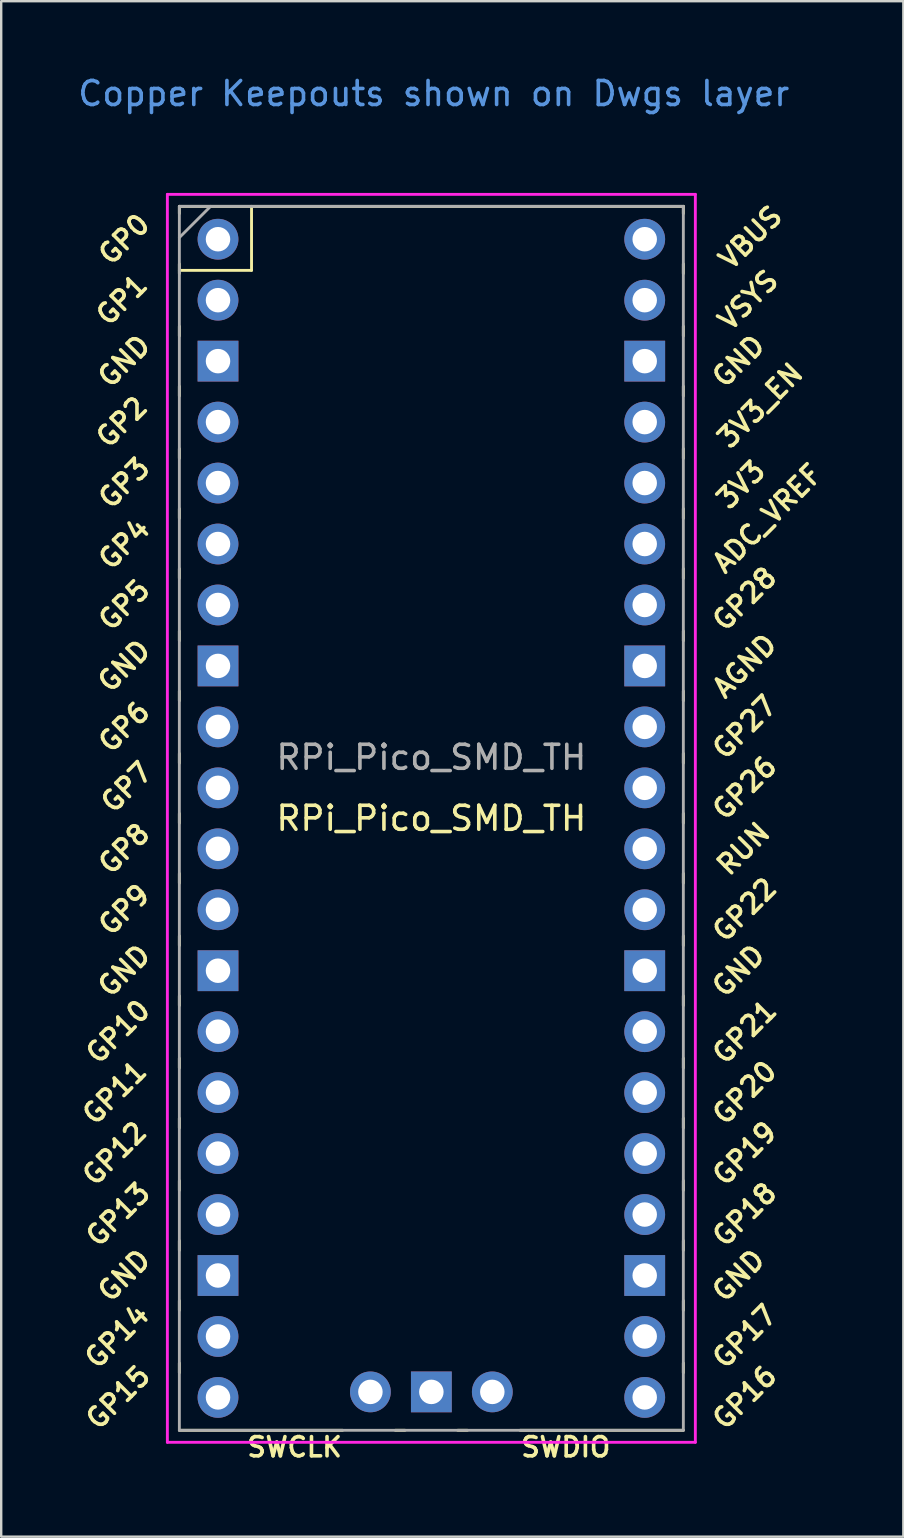
<source format=kicad_pcb>
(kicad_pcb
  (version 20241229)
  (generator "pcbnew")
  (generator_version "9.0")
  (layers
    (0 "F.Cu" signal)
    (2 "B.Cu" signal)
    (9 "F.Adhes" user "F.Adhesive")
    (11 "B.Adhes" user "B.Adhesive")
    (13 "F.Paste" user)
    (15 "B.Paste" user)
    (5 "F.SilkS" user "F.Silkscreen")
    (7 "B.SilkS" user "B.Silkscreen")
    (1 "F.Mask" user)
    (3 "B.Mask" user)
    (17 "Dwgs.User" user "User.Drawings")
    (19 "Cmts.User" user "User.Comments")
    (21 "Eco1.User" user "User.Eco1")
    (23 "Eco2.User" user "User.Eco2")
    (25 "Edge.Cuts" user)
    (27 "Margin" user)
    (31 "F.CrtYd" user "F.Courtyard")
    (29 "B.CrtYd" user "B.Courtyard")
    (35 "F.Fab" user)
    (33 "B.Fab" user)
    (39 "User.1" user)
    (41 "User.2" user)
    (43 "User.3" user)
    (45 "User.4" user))
  (footprint "RPi_Pico_SMD_TH"
    (layer "F.Cu")
    (at 14.924 31.048)
    (property "Reference" "RPi_Pico_SMD_TH" (at 0 0 0) (layer "F.SilkS") (effects (font (size 1 1) (thickness 0.15))))
    (attr through_hole)
    (fp_line (start -10.5 -25.5) (end -10.5 -25.2) (stroke (width 0.12) (type solid)) (layer "F.SilkS"))
    (fp_line (start -10.5 -25.5) (end 10.5 -25.5) (stroke (width 0.12) (type solid)) (layer "F.SilkS"))
    (fp_line (start -10.5 -23.1) (end -10.5 -22.7) (stroke (width 0.12) (type solid)) (layer "F.SilkS"))
    (fp_line (start -10.5 -22.833) (end -7.493 -22.833) (stroke (width 0.12) (type solid)) (layer "F.SilkS"))
    (fp_line (start -10.5 -20.5) (end -10.5 -20.1) (stroke (width 0.12) (type solid)) (layer "F.SilkS"))
    (fp_line (start -10.5 -18) (end -10.5 -17.6) (stroke (width 0.12) (type solid)) (layer "F.SilkS"))
    (fp_line (start -10.5 -15.4) (end -10.5 -15) (stroke (width 0.12) (type solid)) (layer "F.SilkS"))
    (fp_line (start -10.5 -12.9) (end -10.5 -12.5) (stroke (width 0.12) (type solid)) (layer "F.SilkS"))
    (fp_line (start -10.5 -10.4) (end -10.5 -10) (stroke (width 0.12) (type solid)) (layer "F.SilkS"))
    (fp_line (start -10.5 -7.8) (end -10.5 -7.4) (stroke (width 0.12) (type solid)) (layer "F.SilkS"))
    (fp_line (start -10.5 -5.3) (end -10.5 -4.9) (stroke (width 0.12) (type solid)) (layer "F.SilkS"))
    (fp_line (start -10.5 -2.7) (end -10.5 -2.3) (stroke (width 0.12) (type solid)) (layer "F.SilkS"))
    (fp_line (start -10.5 -0.2) (end -10.5 0.2) (stroke (width 0.12) (type solid)) (layer "F.SilkS"))
    (fp_line (start -10.5 2.3) (end -10.5 2.7) (stroke (width 0.12) (type solid)) (layer "F.SilkS"))
    (fp_line (start -10.5 4.9) (end -10.5 5.3) (stroke (width 0.12) (type solid)) (layer "F.SilkS"))
    (fp_line (start -10.5 7.4) (end -10.5 7.8) (stroke (width 0.12) (type solid)) (layer "F.SilkS"))
    (fp_line (start -10.5 10) (end -10.5 10.4) (stroke (width 0.12) (type solid)) (layer "F.SilkS"))
    (fp_line (start -10.5 12.5) (end -10.5 12.9) (stroke (width 0.12) (type solid)) (layer "F.SilkS"))
    (fp_line (start -10.5 15.1) (end -10.5 15.5) (stroke (width 0.12) (type solid)) (layer "F.SilkS"))
    (fp_line (start -10.5 17.6) (end -10.5 18) (stroke (width 0.12) (type solid)) (layer "F.SilkS"))
    (fp_line (start -10.5 20.1) (end -10.5 20.5) (stroke (width 0.12) (type solid)) (layer "F.SilkS"))
    (fp_line (start -10.5 22.7) (end -10.5 23.1) (stroke (width 0.12) (type solid)) (layer "F.SilkS"))
    (fp_line (start -7.493 -22.833) (end -7.493 -25.5) (stroke (width 0.12) (type solid)) (layer "F.SilkS"))
    (fp_line (start -3.7 25.5) (end -10.5 25.5) (stroke (width 0.12) (type solid)) (layer "F.SilkS"))
    (fp_line (start -1.5 25.5) (end -1.1 25.5) (stroke (width 0.12) (type solid)) (layer "F.SilkS"))
    (fp_line (start 1.1 25.5) (end 1.5 25.5) (stroke (width 0.12) (type solid)) (layer "F.SilkS"))
    (fp_line (start 10.5 -25.5) (end 10.5 -25.2) (stroke (width 0.12) (type solid)) (layer "F.SilkS"))
    (fp_line (start 10.5 -23.1) (end 10.5 -22.7) (stroke (width 0.12) (type solid)) (layer "F.SilkS"))
    (fp_line (start 10.5 -20.5) (end 10.5 -20.1) (stroke (width 0.12) (type solid)) (layer "F.SilkS"))
    (fp_line (start 10.5 -18) (end 10.5 -17.6) (stroke (width 0.12) (type solid)) (layer "F.SilkS"))
    (fp_line (start 10.5 -15.4) (end 10.5 -15) (stroke (width 0.12) (type solid)) (layer "F.SilkS"))
    (fp_line (start 10.5 -12.9) (end 10.5 -12.5) (stroke (width 0.12) (type solid)) (layer "F.SilkS"))
    (fp_line (start 10.5 -10.4) (end 10.5 -10) (stroke (width 0.12) (type solid)) (layer "F.SilkS"))
    (fp_line (start 10.5 -7.8) (end 10.5 -7.4) (stroke (width 0.12) (type solid)) (layer "F.SilkS"))
    (fp_line (start 10.5 -5.3) (end 10.5 -4.9) (stroke (width 0.12) (type solid)) (layer "F.SilkS"))
    (fp_line (start 10.5 -2.7) (end 10.5 -2.3) (stroke (width 0.12) (type solid)) (layer "F.SilkS"))
    (fp_line (start 10.5 -0.2) (end 10.5 0.2) (stroke (width 0.12) (type solid)) (layer "F.SilkS"))
    (fp_line (start 10.5 2.3) (end 10.5 2.7) (stroke (width 0.12) (type solid)) (layer "F.SilkS"))
    (fp_line (start 10.5 4.9) (end 10.5 5.3) (stroke (width 0.12) (type solid)) (layer "F.SilkS"))
    (fp_line (start 10.5 7.4) (end 10.5 7.8) (stroke (width 0.12) (type solid)) (layer "F.SilkS"))
    (fp_line (start 10.5 10) (end 10.5 10.4) (stroke (width 0.12) (type solid)) (layer "F.SilkS"))
    (fp_line (start 10.5 12.5) (end 10.5 12.9) (stroke (width 0.12) (type solid)) (layer "F.SilkS"))
    (fp_line (start 10.5 15.1) (end 10.5 15.5) (stroke (width 0.12) (type solid)) (layer "F.SilkS"))
    (fp_line (start 10.5 17.6) (end 10.5 18) (stroke (width 0.12) (type solid)) (layer "F.SilkS"))
    (fp_line (start 10.5 20.1) (end 10.5 20.5) (stroke (width 0.12) (type solid)) (layer "F.SilkS"))
    (fp_line (start 10.5 22.7) (end 10.5 23.1) (stroke (width 0.12) (type solid)) (layer "F.SilkS"))
    (fp_line (start 10.5 25.5) (end 3.7 25.5) (stroke (width 0.12) (type solid)) (layer "F.SilkS"))
    (fp_line (start -11 -26) (end 11 -26) (stroke (width 0.12) (type solid)) (layer "F.CrtYd"))
    (fp_line (start -11 26) (end -11 -26) (stroke (width 0.12) (type solid)) (layer "F.CrtYd"))
    (fp_line (start 11 -26) (end 11 26) (stroke (width 0.12) (type solid)) (layer "F.CrtYd"))
    (fp_line (start 11 26) (end -11 26) (stroke (width 0.12) (type solid)) (layer "F.CrtYd"))
    (fp_line (start -10.5 -25.5) (end 10.5 -25.5) (stroke (width 0.12) (type solid)) (layer "F.Fab"))
    (fp_line (start -10.5 -24.2) (end -9.2 -25.5) (stroke (width 0.12) (type solid)) (layer "F.Fab"))
    (fp_line (start -10.5 25.5) (end -10.5 -25.5) (stroke (width 0.12) (type solid)) (layer "F.Fab"))
    (fp_line (start 10.5 -25.5) (end 10.5 25.5) (stroke (width 0.12) (type solid)) (layer "F.Fab"))
    (fp_line (start 10.5 25.5) (end -10.5 25.5) (stroke (width 0.12) (type solid)) (layer "F.Fab"))
    (fp_text user "GP28" (at 13.054 -9.144 45) (layer "F.SilkS") (effects (font (size 0.8 0.8) (thickness 0.15))))
    (fp_text user "GP15" (at -13.054 24.13 45) (layer "F.SilkS") (effects (font (size 0.8 0.8) (thickness 0.15))))
    (fp_text user "GP13" (at -13.054 16.51 45) (layer "F.SilkS") (effects (font (size 0.8 0.8) (thickness 0.15))))
    (fp_text user "GP17" (at 13.054 21.59 45) (layer "F.SilkS") (effects (font (size 0.8 0.8) (thickness 0.15))))
    (fp_text user "GP4" (at -12.8 -11.43 45) (layer "F.SilkS") (effects (font (size 0.8 0.8) (thickness 0.15))))
    (fp_text user "VBUS" (at 13.3 -24.2 45) (layer "F.SilkS") (effects (font (size 0.8 0.8) (thickness 0.15))))
    (fp_text user "GP20" (at 13.054 11.43 45) (layer "F.SilkS") (effects (font (size 0.8 0.8) (thickness 0.15))))
    (fp_text user "3V3_EN" (at 13.7 -17.2 45) (layer "F.SilkS") (effects (font (size 0.8 0.8) (thickness 0.15))))
    (fp_text user "GP14" (at -13.1 21.59 45) (layer "F.SilkS") (effects (font (size 0.8 0.8) (thickness 0.15))))
    (fp_text user "GND" (at -12.8 -6.35 45) (layer "F.SilkS") (effects (font (size 0.8 0.8) (thickness 0.15))))
    (fp_text user "GP21" (at 13.054 8.9 45) (layer "F.SilkS") (effects (font (size 0.8 0.8) (thickness 0.15))))
    (fp_text user "GND" (at -12.8 -19.05 45) (layer "F.SilkS") (effects (font (size 0.8 0.8) (thickness 0.15))))
    (fp_text user "GP10" (at -13.054 8.89 45) (layer "F.SilkS") (effects (font (size 0.8 0.8) (thickness 0.15))))
    (fp_text user "GND" (at -12.8 6.35 45) (layer "F.SilkS") (effects (font (size 0.8 0.8) (thickness 0.15))))
    (fp_text user "GP27" (at 13.054 -3.8 45) (layer "F.SilkS") (effects (font (size 0.8 0.8) (thickness 0.15))))
    (fp_text user "SWCLK" (at -5.7 26.2 0) (layer "F.SilkS") (effects (font (size 0.8 0.8) (thickness 0.15))))
    (fp_text user "GP5" (at -12.8 -8.89 45) (layer "F.SilkS") (effects (font (size 0.8 0.8) (thickness 0.15))))
    (fp_text user "GP16" (at 13.054 24.13 45) (layer "F.SilkS") (effects (font (size 0.8 0.8) (thickness 0.15))))
    (fp_text user "ADC_VREF" (at 14 -12.5 45) (layer "F.SilkS") (effects (font (size 0.8 0.8) (thickness 0.15))))
    (fp_text user "GP11" (at -13.2 11.43 45) (layer "F.SilkS") (effects (font (size 0.8 0.8) (thickness 0.15))))
    (fp_text user "GP22" (at 13.054 3.81 45) (layer "F.SilkS") (effects (font (size 0.8 0.8) (thickness 0.15))))
    (fp_text user "VSYS" (at 13.2 -21.59 45) (layer "F.SilkS") (effects (font (size 0.8 0.8) (thickness 0.15))))
    (fp_text user "GP0" (at -12.8 -24.13 45) (layer "F.SilkS") (effects (font (size 0.8 0.8) (thickness 0.15))))
    (fp_text user "GND" (at 12.8 -19.05 45) (layer "F.SilkS") (effects (font (size 0.8 0.8) (thickness 0.15))))
    (fp_text user "GP26" (at 13.054 -1.27 45) (layer "F.SilkS") (effects (font (size 0.8 0.8) (thickness 0.15))))
    (fp_text user "GND" (at 12.8 6.35 45) (layer "F.SilkS") (effects (font (size 0.8 0.8) (thickness 0.15))))
    (fp_text user "GP8" (at -12.8 1.27 45) (layer "F.SilkS") (effects (font (size 0.8 0.8) (thickness 0.15))))
    (fp_text user "GP9" (at -12.8 3.81 45) (layer "F.SilkS") (effects (font (size 0.8 0.8) (thickness 0.15))))
    (fp_text user "GP3" (at -12.8 -13.97 45) (layer "F.SilkS") (effects (font (size 0.8 0.8) (thickness 0.15))))
    (fp_text user "GP1" (at -12.9 -21.6 45) (layer "F.SilkS") (effects (font (size 0.8 0.8) (thickness 0.15))))
    (fp_text user "GND" (at 12.8 19.05 45) (layer "F.SilkS") (effects (font (size 0.8 0.8) (thickness 0.15))))
    (fp_text user "AGND" (at 13.054 -6.35 45) (layer "F.SilkS") (effects (font (size 0.8 0.8) (thickness 0.15))))
    (fp_text user "GP7" (at -12.7 -1.3 45) (layer "F.SilkS") (effects (font (size 0.8 0.8) (thickness 0.15))))
    (fp_text user "GP6" (at -12.8 -3.81 45) (layer "F.SilkS") (effects (font (size 0.8 0.8) (thickness 0.15))))
    (fp_text user "GP12" (at -13.2 13.97 45) (layer "F.SilkS") (effects (font (size 0.8 0.8) (thickness 0.15))))
    (fp_text user "GP2" (at -12.9 -16.51 45) (layer "F.SilkS") (effects (font (size 0.8 0.8) (thickness 0.15))))
    (fp_text user "GP18" (at 13.054 16.51 45) (layer "F.SilkS") (effects (font (size 0.8 0.8) (thickness 0.15))))
    (fp_text user "3V3" (at 12.9 -13.9 45) (layer "F.SilkS") (effects (font (size 0.8 0.8) (thickness 0.15))))
    (fp_text user "RUN" (at 13 1.27 45) (layer "F.SilkS") (effects (font (size 0.8 0.8) (thickness 0.15))))
    (fp_text user "GND" (at -12.8 19.05 45) (layer "F.SilkS") (effects (font (size 0.8 0.8) (thickness 0.15))))
    (fp_text user "SWDIO" (at 5.6 26.2 0) (layer "F.SilkS") (effects (font (size 0.8 0.8) (thickness 0.15))))
    (fp_text user "GP19" (at 13.054 13.97 45) (layer "F.SilkS") (effects (font (size 0.8 0.8) (thickness 0.15))))
    (fp_text user "Copper Keepouts shown on Dwgs layer" (at 0.1 -30.2 0) (layer "Cmts.User") (effects (font (size 1 1) (thickness 0.15))))
    (fp_text user "${REFERENCE}" (at 0 -2.54 180) (layer "F.Fab") (effects (font (size 1 1) (thickness 0.15))))
    (pad "1" thru_hole oval (at -8.89 -24.13) (size 1.7 1.7) (drill 1.02) (layers "*.Cu" "*.Mask"))
    (pad "2" thru_hole oval (at -8.89 -21.59) (size 1.7 1.7) (drill 1.02) (layers "*.Cu" "*.Mask"))
    (pad "3" thru_hole rect (at -8.89 -19.05) (size 1.7 1.7) (drill 1.02) (layers "*.Cu" "*.Mask"))
    (pad "4" thru_hole oval (at -8.89 -16.51) (size 1.7 1.7) (drill 1.02) (layers "*.Cu" "*.Mask"))
    (pad "5" thru_hole oval (at -8.89 -13.97) (size 1.7 1.7) (drill 1.02) (layers "*.Cu" "*.Mask"))
    (pad "6" thru_hole oval (at -8.89 -11.43) (size 1.7 1.7) (drill 1.02) (layers "*.Cu" "*.Mask"))
    (pad "7" thru_hole oval (at -8.89 -8.89) (size 1.7 1.7) (drill 1.02) (layers "*.Cu" "*.Mask"))
    (pad "8" thru_hole rect (at -8.89 -6.35) (size 1.7 1.7) (drill 1.02) (layers "*.Cu" "*.Mask"))
    (pad "9" thru_hole oval (at -8.89 -3.81) (size 1.7 1.7) (drill 1.02) (layers "*.Cu" "*.Mask"))
    (pad "10" thru_hole oval (at -8.89 -1.27) (size 1.7 1.7) (drill 1.02) (layers "*.Cu" "*.Mask"))
    (pad "11" thru_hole oval (at -8.89 1.27) (size 1.7 1.7) (drill 1.02) (layers "*.Cu" "*.Mask"))
    (pad "12" thru_hole oval (at -8.89 3.81) (size 1.7 1.7) (drill 1.02) (layers "*.Cu" "*.Mask"))
    (pad "13" thru_hole rect (at -8.89 6.35) (size 1.7 1.7) (drill 1.02) (layers "*.Cu" "*.Mask"))
    (pad "14" thru_hole oval (at -8.89 8.89) (size 1.7 1.7) (drill 1.02) (layers "*.Cu" "*.Mask"))
    (pad "15" thru_hole oval (at -8.89 11.43) (size 1.7 1.7) (drill 1.02) (layers "*.Cu" "*.Mask"))
    (pad "16" thru_hole oval (at -8.89 13.97) (size 1.7 1.7) (drill 1.02) (layers "*.Cu" "*.Mask"))
    (pad "17" thru_hole oval (at -8.89 16.51) (size 1.7 1.7) (drill 1.02) (layers "*.Cu" "*.Mask"))
    (pad "18" thru_hole rect (at -8.89 19.05) (size 1.7 1.7) (drill 1.02) (layers "*.Cu" "*.Mask"))
    (pad "19" thru_hole oval (at -8.89 21.59) (size 1.7 1.7) (drill 1.02) (layers "*.Cu" "*.Mask"))
    (pad "20" thru_hole oval (at -8.89 24.13) (size 1.7 1.7) (drill 1.02) (layers "*.Cu" "*.Mask"))
    (pad "21" thru_hole oval (at 8.89 24.13) (size 1.7 1.7) (drill 1.02) (layers "*.Cu" "*.Mask"))
    (pad "22" thru_hole oval (at 8.89 21.59) (size 1.7 1.7) (drill 1.02) (layers "*.Cu" "*.Mask"))
    (pad "23" thru_hole rect (at 8.89 19.05) (size 1.7 1.7) (drill 1.02) (layers "*.Cu" "*.Mask"))
    (pad "24" thru_hole oval (at 8.89 16.51) (size 1.7 1.7) (drill 1.02) (layers "*.Cu" "*.Mask"))
    (pad "25" thru_hole oval (at 8.89 13.97) (size 1.7 1.7) (drill 1.02) (layers "*.Cu" "*.Mask"))
    (pad "26" thru_hole oval (at 8.89 11.43) (size 1.7 1.7) (drill 1.02) (layers "*.Cu" "*.Mask"))
    (pad "27" thru_hole oval (at 8.89 8.89) (size 1.7 1.7) (drill 1.02) (layers "*.Cu" "*.Mask"))
    (pad "28" thru_hole rect (at 8.89 6.35) (size 1.7 1.7) (drill 1.02) (layers "*.Cu" "*.Mask"))
    (pad "29" thru_hole oval (at 8.89 3.81) (size 1.7 1.7) (drill 1.02) (layers "*.Cu" "*.Mask"))
    (pad "30" thru_hole oval (at 8.89 1.27) (size 1.7 1.7) (drill 1.02) (layers "*.Cu" "*.Mask"))
    (pad "31" thru_hole oval (at 8.89 -1.27) (size 1.7 1.7) (drill 1.02) (layers "*.Cu" "*.Mask"))
    (pad "32" thru_hole oval (at 8.89 -3.81) (size 1.7 1.7) (drill 1.02) (layers "*.Cu" "*.Mask"))
    (pad "33" thru_hole rect (at 8.89 -6.35) (size 1.7 1.7) (drill 1.02) (layers "*.Cu" "*.Mask"))
    (pad "34" thru_hole oval (at 8.89 -8.89) (size 1.7 1.7) (drill 1.02) (layers "*.Cu" "*.Mask"))
    (pad "35" thru_hole oval (at 8.89 -11.43) (size 1.7 1.7) (drill 1.02) (layers "*.Cu" "*.Mask"))
    (pad "36" thru_hole oval (at 8.89 -13.97) (size 1.7 1.7) (drill 1.02) (layers "*.Cu" "*.Mask"))
    (pad "37" thru_hole oval (at 8.89 -16.51) (size 1.7 1.7) (drill 1.02) (layers "*.Cu" "*.Mask"))
    (pad "38" thru_hole rect (at 8.89 -19.05) (size 1.7 1.7) (drill 1.02) (layers "*.Cu" "*.Mask"))
    (pad "39" thru_hole oval (at 8.89 -21.59) (size 1.7 1.7) (drill 1.02) (layers "*.Cu" "*.Mask"))
    (pad "40" thru_hole oval (at 8.89 -24.13) (size 1.7 1.7) (drill 1.02) (layers "*.Cu" "*.Mask"))
    (pad "41" thru_hole oval (at -2.54 23.9) (size 1.7 1.7) (drill 1.02) (layers "*.Cu" "*.Mask"))
    (pad "42" thru_hole rect (at 0 23.9) (size 1.7 1.7) (drill 1.02) (layers "*.Cu" "*.Mask"))
    (pad "43" thru_hole oval (at 2.54 23.9) (size 1.7 1.7) (drill 1.02) (layers "*.Cu" "*.Mask")))
  (gr_rect
    (start -3 -3)
    (end 34.591 60.98)
    (stroke (width 0.1) (type default))
    (fill no)
    (layer "Edge.Cuts")))
</source>
